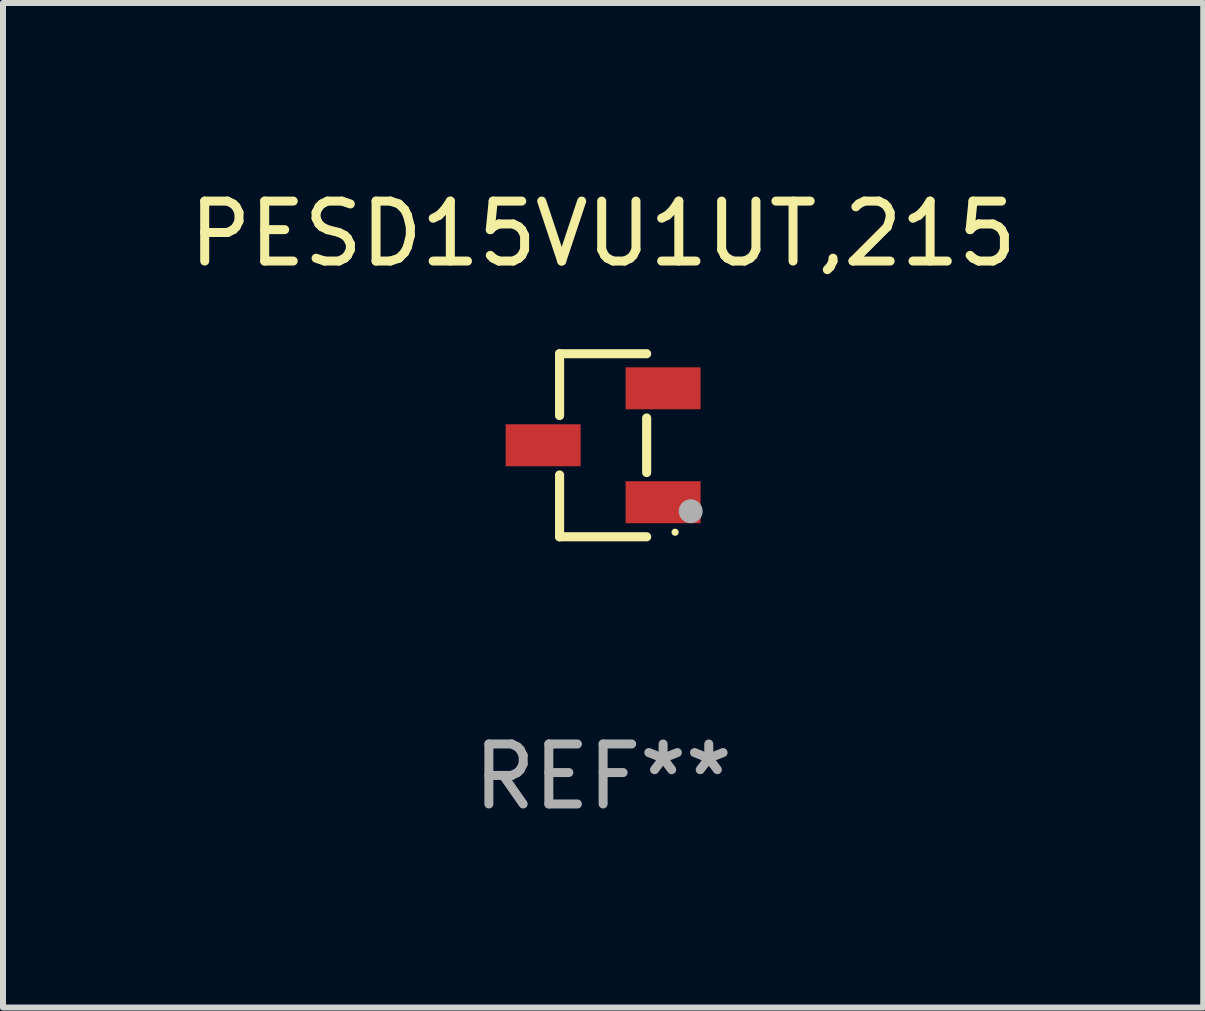
<source format=kicad_pcb>
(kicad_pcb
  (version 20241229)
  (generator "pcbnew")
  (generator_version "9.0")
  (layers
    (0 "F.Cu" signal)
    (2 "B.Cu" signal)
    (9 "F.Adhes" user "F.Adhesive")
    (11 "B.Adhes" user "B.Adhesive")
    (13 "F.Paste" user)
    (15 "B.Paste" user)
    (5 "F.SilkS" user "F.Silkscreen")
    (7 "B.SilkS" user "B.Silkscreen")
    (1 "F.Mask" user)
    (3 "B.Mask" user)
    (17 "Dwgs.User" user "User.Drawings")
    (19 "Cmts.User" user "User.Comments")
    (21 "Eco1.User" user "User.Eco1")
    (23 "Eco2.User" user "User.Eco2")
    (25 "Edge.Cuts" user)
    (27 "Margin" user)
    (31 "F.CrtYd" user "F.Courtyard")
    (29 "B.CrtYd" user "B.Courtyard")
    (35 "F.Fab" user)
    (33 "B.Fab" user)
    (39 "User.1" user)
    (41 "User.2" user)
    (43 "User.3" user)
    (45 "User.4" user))
  (footprint "PESD15VU1UT,215"
    (layer "F.Cu")
    (at 7.006 4.374)
    (property "Reference" "PESD15VU1UT,215" (at 0 -3.526 0) (layer "F.SilkS") (effects (font (size 1 1) (thickness 0.15))))
    (attr through_hole)
    (fp_line (start -0.726 -1.526) (end -0.726 -0.495) (stroke (width 0.152) (type solid)) (layer "F.SilkS"))
    (fp_line (start -0.726 1.526) (end -0.726 0.495) (stroke (width 0.152) (type solid)) (layer "F.SilkS"))
    (fp_line (start 0.726 -1.526) (end -0.726 -1.526) (stroke (width 0.152) (type solid)) (layer "F.SilkS"))
    (fp_line (start 0.726 -0.455) (end 0.726 0.455) (stroke (width 0.152) (type solid)) (layer "F.SilkS"))
    (fp_line (start 0.726 1.526) (end -0.726 1.526) (stroke (width 0.152) (type solid)) (layer "F.SilkS"))
    (fp_circle (center 1.2 1.45) (end 1.23 1.45) (stroke (width 0.06) (type solid)) (fill no) (layer "F.SilkS"))
    (fp_circle (center 1.46 1.1) (end 1.56 1.1) (stroke (width 0.2) (type solid)) (fill no) (layer "F.Fab"))
    (fp_text user "REF**" (at 0 5.526 0) (layer "F.Fab") (effects (font (size 1 1) (thickness 0.15))))
    (pad "1" smd rect (at 1 0.95) (size 1.25 0.7) (layers "F.Cu" "F.Mask" "F.Paste"))
    (pad "2" smd rect (at 1 -0.95) (size 1.25 0.7) (layers "F.Cu" "F.Mask" "F.Paste"))
    (pad "3" smd rect (at -1 0) (size 1.25 0.7) (layers "F.Cu" "F.Mask" "F.Paste")))
  (gr_rect
    (start -3 -3)
    (end 17.012 13.749)
    (stroke (width 0.1) (type default))
    (fill no)
    (layer "Edge.Cuts")))
</source>
